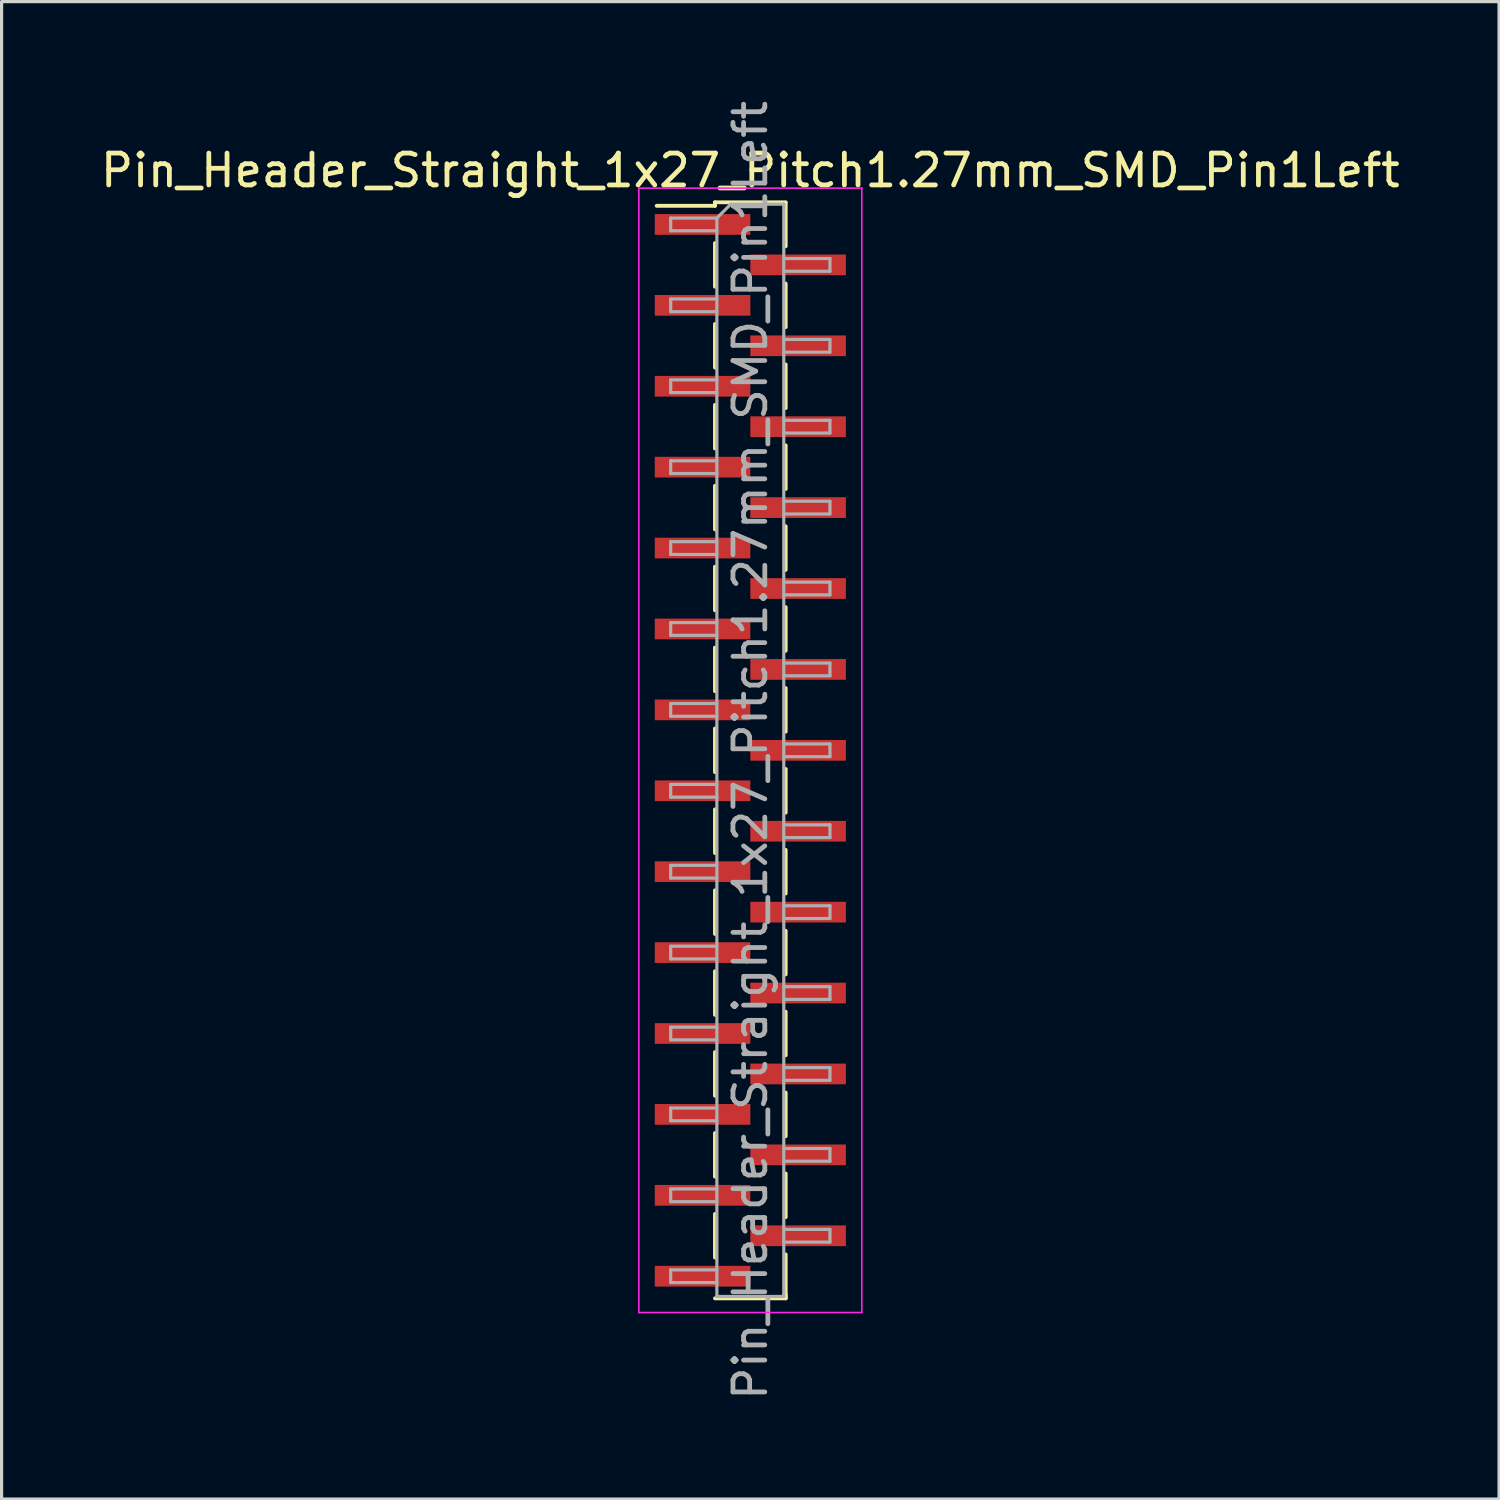
<source format=kicad_pcb>
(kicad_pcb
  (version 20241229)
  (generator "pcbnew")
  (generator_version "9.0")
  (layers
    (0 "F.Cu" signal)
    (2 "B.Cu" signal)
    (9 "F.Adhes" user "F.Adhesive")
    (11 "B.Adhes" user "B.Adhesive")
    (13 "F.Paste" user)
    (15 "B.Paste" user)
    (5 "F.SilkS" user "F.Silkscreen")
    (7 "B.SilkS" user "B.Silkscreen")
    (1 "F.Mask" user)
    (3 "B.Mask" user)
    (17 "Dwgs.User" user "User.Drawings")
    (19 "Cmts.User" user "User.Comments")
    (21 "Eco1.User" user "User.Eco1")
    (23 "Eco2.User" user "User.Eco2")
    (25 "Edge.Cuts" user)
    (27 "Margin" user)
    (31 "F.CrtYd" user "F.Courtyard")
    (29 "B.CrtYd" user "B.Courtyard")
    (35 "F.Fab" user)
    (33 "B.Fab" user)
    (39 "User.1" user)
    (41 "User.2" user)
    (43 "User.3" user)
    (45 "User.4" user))
  (footprint "Pin_Header_Straight_1x27_Pitch1.27mm_SMD_Pin1Left"
    (layer "F.Cu")
    (at 20.506 20.506)
    (property "Reference" "Pin_Header_Straight_1x27_Pitch1.27mm_SMD_Pin1Left" (at 0 -18.205 0) (layer "F.SilkS") (effects (font (size 1 1) (thickness 0.15))))
    (attr smd)
    (fp_line (start -1.11 -17.205) (end -1.11 -17.095) (stroke (width 0.12) (type solid)) (layer "F.SilkS"))
    (fp_line (start -1.11 -17.205) (end 1.11 -17.205) (stroke (width 0.12) (type solid)) (layer "F.SilkS"))
    (fp_line (start -1.11 -17.095) (end -2.94 -17.095) (stroke (width 0.12) (type solid)) (layer "F.SilkS"))
    (fp_line (start -1.11 -15.925) (end -1.11 -14.555) (stroke (width 0.12) (type solid)) (layer "F.SilkS"))
    (fp_line (start -1.11 -13.385) (end -1.11 -12.015) (stroke (width 0.12) (type solid)) (layer "F.SilkS"))
    (fp_line (start -1.11 -10.845) (end -1.11 -9.475) (stroke (width 0.12) (type solid)) (layer "F.SilkS"))
    (fp_line (start -1.11 -8.305) (end -1.11 -6.935) (stroke (width 0.12) (type solid)) (layer "F.SilkS"))
    (fp_line (start -1.11 -5.765) (end -1.11 -4.395) (stroke (width 0.12) (type solid)) (layer "F.SilkS"))
    (fp_line (start -1.11 -3.225) (end -1.11 -1.855) (stroke (width 0.12) (type solid)) (layer "F.SilkS"))
    (fp_line (start -1.11 -0.685) (end -1.11 0.685) (stroke (width 0.12) (type solid)) (layer "F.SilkS"))
    (fp_line (start -1.11 1.855) (end -1.11 3.225) (stroke (width 0.12) (type solid)) (layer "F.SilkS"))
    (fp_line (start -1.11 4.395) (end -1.11 5.765) (stroke (width 0.12) (type solid)) (layer "F.SilkS"))
    (fp_line (start -1.11 6.935) (end -1.11 8.305) (stroke (width 0.12) (type solid)) (layer "F.SilkS"))
    (fp_line (start -1.11 9.475) (end -1.11 10.845) (stroke (width 0.12) (type solid)) (layer "F.SilkS"))
    (fp_line (start -1.11 12.015) (end -1.11 13.385) (stroke (width 0.12) (type solid)) (layer "F.SilkS"))
    (fp_line (start -1.11 14.555) (end -1.11 15.925) (stroke (width 0.12) (type solid)) (layer "F.SilkS"))
    (fp_line (start -1.11 17.205) (end 1.11 17.205) (stroke (width 0.12) (type solid)) (layer "F.SilkS"))
    (fp_line (start 1.11 -17.195) (end 1.11 -15.825) (stroke (width 0.12) (type solid)) (layer "F.SilkS"))
    (fp_line (start 1.11 -14.655) (end 1.11 -13.285) (stroke (width 0.12) (type solid)) (layer "F.SilkS"))
    (fp_line (start 1.11 -12.115) (end 1.11 -10.745) (stroke (width 0.12) (type solid)) (layer "F.SilkS"))
    (fp_line (start 1.11 -9.575) (end 1.11 -8.205) (stroke (width 0.12) (type solid)) (layer "F.SilkS"))
    (fp_line (start 1.11 -7.035) (end 1.11 -5.665) (stroke (width 0.12) (type solid)) (layer "F.SilkS"))
    (fp_line (start 1.11 -4.495) (end 1.11 -3.125) (stroke (width 0.12) (type solid)) (layer "F.SilkS"))
    (fp_line (start 1.11 -1.955) (end 1.11 -0.585) (stroke (width 0.12) (type solid)) (layer "F.SilkS"))
    (fp_line (start 1.11 0.585) (end 1.11 1.955) (stroke (width 0.12) (type solid)) (layer "F.SilkS"))
    (fp_line (start 1.11 3.125) (end 1.11 4.495) (stroke (width 0.12) (type solid)) (layer "F.SilkS"))
    (fp_line (start 1.11 5.665) (end 1.11 7.035) (stroke (width 0.12) (type solid)) (layer "F.SilkS"))
    (fp_line (start 1.11 8.205) (end 1.11 9.575) (stroke (width 0.12) (type solid)) (layer "F.SilkS"))
    (fp_line (start 1.11 10.745) (end 1.11 12.115) (stroke (width 0.12) (type solid)) (layer "F.SilkS"))
    (fp_line (start 1.11 13.285) (end 1.11 14.655) (stroke (width 0.12) (type solid)) (layer "F.SilkS"))
    (fp_line (start 1.11 15.825) (end 1.11 17.195) (stroke (width 0.12) (type solid)) (layer "F.SilkS"))
    (fp_line (start 1.11 17.095) (end 1.11 17.205) (stroke (width 0.12) (type solid)) (layer "F.SilkS"))
    (fp_line (start -3.5 -17.65) (end -3.5 17.65) (stroke (width 0.05) (type solid)) (layer "F.CrtYd"))
    (fp_line (start -3.5 17.65) (end 3.5 17.65) (stroke (width 0.05) (type solid)) (layer "F.CrtYd"))
    (fp_line (start 3.5 -17.65) (end -3.5 -17.65) (stroke (width 0.05) (type solid)) (layer "F.CrtYd"))
    (fp_line (start 3.5 17.65) (end 3.5 -17.65) (stroke (width 0.05) (type solid)) (layer "F.CrtYd"))
    (fp_line (start -2.5 -16.71) (end -2.5 -16.31) (stroke (width 0.1) (type solid)) (layer "F.Fab"))
    (fp_line (start -2.5 -16.31) (end -1.05 -16.31) (stroke (width 0.1) (type solid)) (layer "F.Fab"))
    (fp_line (start -2.5 -14.17) (end -2.5 -13.77) (stroke (width 0.1) (type solid)) (layer "F.Fab"))
    (fp_line (start -2.5 -13.77) (end -1.05 -13.77) (stroke (width 0.1) (type solid)) (layer "F.Fab"))
    (fp_line (start -2.5 -11.63) (end -2.5 -11.23) (stroke (width 0.1) (type solid)) (layer "F.Fab"))
    (fp_line (start -2.5 -11.23) (end -1.05 -11.23) (stroke (width 0.1) (type solid)) (layer "F.Fab"))
    (fp_line (start -2.5 -9.09) (end -2.5 -8.69) (stroke (width 0.1) (type solid)) (layer "F.Fab"))
    (fp_line (start -2.5 -8.69) (end -1.05 -8.69) (stroke (width 0.1) (type solid)) (layer "F.Fab"))
    (fp_line (start -2.5 -6.55) (end -2.5 -6.15) (stroke (width 0.1) (type solid)) (layer "F.Fab"))
    (fp_line (start -2.5 -6.15) (end -1.05 -6.15) (stroke (width 0.1) (type solid)) (layer "F.Fab"))
    (fp_line (start -2.5 -4.01) (end -2.5 -3.61) (stroke (width 0.1) (type solid)) (layer "F.Fab"))
    (fp_line (start -2.5 -3.61) (end -1.05 -3.61) (stroke (width 0.1) (type solid)) (layer "F.Fab"))
    (fp_line (start -2.5 -1.47) (end -2.5 -1.07) (stroke (width 0.1) (type solid)) (layer "F.Fab"))
    (fp_line (start -2.5 -1.07) (end -1.05 -1.07) (stroke (width 0.1) (type solid)) (layer "F.Fab"))
    (fp_line (start -2.5 1.07) (end -2.5 1.47) (stroke (width 0.1) (type solid)) (layer "F.Fab"))
    (fp_line (start -2.5 1.47) (end -1.05 1.47) (stroke (width 0.1) (type solid)) (layer "F.Fab"))
    (fp_line (start -2.5 3.61) (end -2.5 4.01) (stroke (width 0.1) (type solid)) (layer "F.Fab"))
    (fp_line (start -2.5 4.01) (end -1.05 4.01) (stroke (width 0.1) (type solid)) (layer "F.Fab"))
    (fp_line (start -2.5 6.15) (end -2.5 6.55) (stroke (width 0.1) (type solid)) (layer "F.Fab"))
    (fp_line (start -2.5 6.55) (end -1.05 6.55) (stroke (width 0.1) (type solid)) (layer "F.Fab"))
    (fp_line (start -2.5 8.69) (end -2.5 9.09) (stroke (width 0.1) (type solid)) (layer "F.Fab"))
    (fp_line (start -2.5 9.09) (end -1.05 9.09) (stroke (width 0.1) (type solid)) (layer "F.Fab"))
    (fp_line (start -2.5 11.23) (end -2.5 11.63) (stroke (width 0.1) (type solid)) (layer "F.Fab"))
    (fp_line (start -2.5 11.63) (end -1.05 11.63) (stroke (width 0.1) (type solid)) (layer "F.Fab"))
    (fp_line (start -2.5 13.77) (end -2.5 14.17) (stroke (width 0.1) (type solid)) (layer "F.Fab"))
    (fp_line (start -2.5 14.17) (end -1.05 14.17) (stroke (width 0.1) (type solid)) (layer "F.Fab"))
    (fp_line (start -2.5 16.31) (end -2.5 16.71) (stroke (width 0.1) (type solid)) (layer "F.Fab"))
    (fp_line (start -2.5 16.71) (end -1.05 16.71) (stroke (width 0.1) (type solid)) (layer "F.Fab"))
    (fp_line (start -1.05 -16.71) (end -2.5 -16.71) (stroke (width 0.1) (type solid)) (layer "F.Fab"))
    (fp_line (start -1.05 -16.71) (end -0.615 -17.145) (stroke (width 0.1) (type solid)) (layer "F.Fab"))
    (fp_line (start -1.05 -14.17) (end -2.5 -14.17) (stroke (width 0.1) (type solid)) (layer "F.Fab"))
    (fp_line (start -1.05 -11.63) (end -2.5 -11.63) (stroke (width 0.1) (type solid)) (layer "F.Fab"))
    (fp_line (start -1.05 -9.09) (end -2.5 -9.09) (stroke (width 0.1) (type solid)) (layer "F.Fab"))
    (fp_line (start -1.05 -6.55) (end -2.5 -6.55) (stroke (width 0.1) (type solid)) (layer "F.Fab"))
    (fp_line (start -1.05 -4.01) (end -2.5 -4.01) (stroke (width 0.1) (type solid)) (layer "F.Fab"))
    (fp_line (start -1.05 -1.47) (end -2.5 -1.47) (stroke (width 0.1) (type solid)) (layer "F.Fab"))
    (fp_line (start -1.05 1.07) (end -2.5 1.07) (stroke (width 0.1) (type solid)) (layer "F.Fab"))
    (fp_line (start -1.05 3.61) (end -2.5 3.61) (stroke (width 0.1) (type solid)) (layer "F.Fab"))
    (fp_line (start -1.05 6.15) (end -2.5 6.15) (stroke (width 0.1) (type solid)) (layer "F.Fab"))
    (fp_line (start -1.05 8.69) (end -2.5 8.69) (stroke (width 0.1) (type solid)) (layer "F.Fab"))
    (fp_line (start -1.05 11.23) (end -2.5 11.23) (stroke (width 0.1) (type solid)) (layer "F.Fab"))
    (fp_line (start -1.05 13.77) (end -2.5 13.77) (stroke (width 0.1) (type solid)) (layer "F.Fab"))
    (fp_line (start -1.05 16.31) (end -2.5 16.31) (stroke (width 0.1) (type solid)) (layer "F.Fab"))
    (fp_line (start -1.05 17.145) (end -1.05 -16.71) (stroke (width 0.1) (type solid)) (layer "F.Fab"))
    (fp_line (start -0.615 -17.145) (end 1.05 -17.145) (stroke (width 0.1) (type solid)) (layer "F.Fab"))
    (fp_line (start 1.05 -17.145) (end 1.05 17.145) (stroke (width 0.1) (type solid)) (layer "F.Fab"))
    (fp_line (start 1.05 -15.44) (end 2.5 -15.44) (stroke (width 0.1) (type solid)) (layer "F.Fab"))
    (fp_line (start 1.05 -12.9) (end 2.5 -12.9) (stroke (width 0.1) (type solid)) (layer "F.Fab"))
    (fp_line (start 1.05 -10.36) (end 2.5 -10.36) (stroke (width 0.1) (type solid)) (layer "F.Fab"))
    (fp_line (start 1.05 -7.82) (end 2.5 -7.82) (stroke (width 0.1) (type solid)) (layer "F.Fab"))
    (fp_line (start 1.05 -5.28) (end 2.5 -5.28) (stroke (width 0.1) (type solid)) (layer "F.Fab"))
    (fp_line (start 1.05 -2.74) (end 2.5 -2.74) (stroke (width 0.1) (type solid)) (layer "F.Fab"))
    (fp_line (start 1.05 -0.2) (end 2.5 -0.2) (stroke (width 0.1) (type solid)) (layer "F.Fab"))
    (fp_line (start 1.05 2.34) (end 2.5 2.34) (stroke (width 0.1) (type solid)) (layer "F.Fab"))
    (fp_line (start 1.05 4.88) (end 2.5 4.88) (stroke (width 0.1) (type solid)) (layer "F.Fab"))
    (fp_line (start 1.05 7.42) (end 2.5 7.42) (stroke (width 0.1) (type solid)) (layer "F.Fab"))
    (fp_line (start 1.05 9.96) (end 2.5 9.96) (stroke (width 0.1) (type solid)) (layer "F.Fab"))
    (fp_line (start 1.05 12.5) (end 2.5 12.5) (stroke (width 0.1) (type solid)) (layer "F.Fab"))
    (fp_line (start 1.05 15.04) (end 2.5 15.04) (stroke (width 0.1) (type solid)) (layer "F.Fab"))
    (fp_line (start 1.05 17.145) (end -1.05 17.145) (stroke (width 0.1) (type solid)) (layer "F.Fab"))
    (fp_line (start 2.5 -15.44) (end 2.5 -15.04) (stroke (width 0.1) (type solid)) (layer "F.Fab"))
    (fp_line (start 2.5 -15.04) (end 1.05 -15.04) (stroke (width 0.1) (type solid)) (layer "F.Fab"))
    (fp_line (start 2.5 -12.9) (end 2.5 -12.5) (stroke (width 0.1) (type solid)) (layer "F.Fab"))
    (fp_line (start 2.5 -12.5) (end 1.05 -12.5) (stroke (width 0.1) (type solid)) (layer "F.Fab"))
    (fp_line (start 2.5 -10.36) (end 2.5 -9.96) (stroke (width 0.1) (type solid)) (layer "F.Fab"))
    (fp_line (start 2.5 -9.96) (end 1.05 -9.96) (stroke (width 0.1) (type solid)) (layer "F.Fab"))
    (fp_line (start 2.5 -7.82) (end 2.5 -7.42) (stroke (width 0.1) (type solid)) (layer "F.Fab"))
    (fp_line (start 2.5 -7.42) (end 1.05 -7.42) (stroke (width 0.1) (type solid)) (layer "F.Fab"))
    (fp_line (start 2.5 -5.28) (end 2.5 -4.88) (stroke (width 0.1) (type solid)) (layer "F.Fab"))
    (fp_line (start 2.5 -4.88) (end 1.05 -4.88) (stroke (width 0.1) (type solid)) (layer "F.Fab"))
    (fp_line (start 2.5 -2.74) (end 2.5 -2.34) (stroke (width 0.1) (type solid)) (layer "F.Fab"))
    (fp_line (start 2.5 -2.34) (end 1.05 -2.34) (stroke (width 0.1) (type solid)) (layer "F.Fab"))
    (fp_line (start 2.5 -0.2) (end 2.5 0.2) (stroke (width 0.1) (type solid)) (layer "F.Fab"))
    (fp_line (start 2.5 0.2) (end 1.05 0.2) (stroke (width 0.1) (type solid)) (layer "F.Fab"))
    (fp_line (start 2.5 2.34) (end 2.5 2.74) (stroke (width 0.1) (type solid)) (layer "F.Fab"))
    (fp_line (start 2.5 2.74) (end 1.05 2.74) (stroke (width 0.1) (type solid)) (layer "F.Fab"))
    (fp_line (start 2.5 4.88) (end 2.5 5.28) (stroke (width 0.1) (type solid)) (layer "F.Fab"))
    (fp_line (start 2.5 5.28) (end 1.05 5.28) (stroke (width 0.1) (type solid)) (layer "F.Fab"))
    (fp_line (start 2.5 7.42) (end 2.5 7.82) (stroke (width 0.1) (type solid)) (layer "F.Fab"))
    (fp_line (start 2.5 7.82) (end 1.05 7.82) (stroke (width 0.1) (type solid)) (layer "F.Fab"))
    (fp_line (start 2.5 9.96) (end 2.5 10.36) (stroke (width 0.1) (type solid)) (layer "F.Fab"))
    (fp_line (start 2.5 10.36) (end 1.05 10.36) (stroke (width 0.1) (type solid)) (layer "F.Fab"))
    (fp_line (start 2.5 12.5) (end 2.5 12.9) (stroke (width 0.1) (type solid)) (layer "F.Fab"))
    (fp_line (start 2.5 12.9) (end 1.05 12.9) (stroke (width 0.1) (type solid)) (layer "F.Fab"))
    (fp_line (start 2.5 15.04) (end 2.5 15.44) (stroke (width 0.1) (type solid)) (layer "F.Fab"))
    (fp_line (start 2.5 15.44) (end 1.05 15.44) (stroke (width 0.1) (type solid)) (layer "F.Fab"))
    (fp_text user "${REFERENCE}" (at 0 0 90) (layer "F.Fab") (effects (font (size 1 1) (thickness 0.15))))
    (pad "1" smd rect (at -1.5 -16.51) (size 3 0.65) (layers "F.Cu" "F.Mask" "F.Paste"))
    (pad "2" smd rect (at 1.5 -15.24) (size 3 0.65) (layers "F.Cu" "F.Mask" "F.Paste"))
    (pad "3" smd rect (at -1.5 -13.97) (size 3 0.65) (layers "F.Cu" "F.Mask" "F.Paste"))
    (pad "4" smd rect (at 1.5 -12.7) (size 3 0.65) (layers "F.Cu" "F.Mask" "F.Paste"))
    (pad "5" smd rect (at -1.5 -11.43) (size 3 0.65) (layers "F.Cu" "F.Mask" "F.Paste"))
    (pad "6" smd rect (at 1.5 -10.16) (size 3 0.65) (layers "F.Cu" "F.Mask" "F.Paste"))
    (pad "7" smd rect (at -1.5 -8.89) (size 3 0.65) (layers "F.Cu" "F.Mask" "F.Paste"))
    (pad "8" smd rect (at 1.5 -7.62) (size 3 0.65) (layers "F.Cu" "F.Mask" "F.Paste"))
    (pad "9" smd rect (at -1.5 -6.35) (size 3 0.65) (layers "F.Cu" "F.Mask" "F.Paste"))
    (pad "10" smd rect (at 1.5 -5.08) (size 3 0.65) (layers "F.Cu" "F.Mask" "F.Paste"))
    (pad "11" smd rect (at -1.5 -3.81) (size 3 0.65) (layers "F.Cu" "F.Mask" "F.Paste"))
    (pad "12" smd rect (at 1.5 -2.54) (size 3 0.65) (layers "F.Cu" "F.Mask" "F.Paste"))
    (pad "13" smd rect (at -1.5 -1.27) (size 3 0.65) (layers "F.Cu" "F.Mask" "F.Paste"))
    (pad "14" smd rect (at 1.5 0) (size 3 0.65) (layers "F.Cu" "F.Mask" "F.Paste"))
    (pad "15" smd rect (at -1.5 1.27) (size 3 0.65) (layers "F.Cu" "F.Mask" "F.Paste"))
    (pad "16" smd rect (at 1.5 2.54) (size 3 0.65) (layers "F.Cu" "F.Mask" "F.Paste"))
    (pad "17" smd rect (at -1.5 3.81) (size 3 0.65) (layers "F.Cu" "F.Mask" "F.Paste"))
    (pad "18" smd rect (at 1.5 5.08) (size 3 0.65) (layers "F.Cu" "F.Mask" "F.Paste"))
    (pad "19" smd rect (at -1.5 6.35) (size 3 0.65) (layers "F.Cu" "F.Mask" "F.Paste"))
    (pad "20" smd rect (at 1.5 7.62) (size 3 0.65) (layers "F.Cu" "F.Mask" "F.Paste"))
    (pad "21" smd rect (at -1.5 8.89) (size 3 0.65) (layers "F.Cu" "F.Mask" "F.Paste"))
    (pad "22" smd rect (at 1.5 10.16) (size 3 0.65) (layers "F.Cu" "F.Mask" "F.Paste"))
    (pad "23" smd rect (at -1.5 11.43) (size 3 0.65) (layers "F.Cu" "F.Mask" "F.Paste"))
    (pad "24" smd rect (at 1.5 12.7) (size 3 0.65) (layers "F.Cu" "F.Mask" "F.Paste"))
    (pad "25" smd rect (at -1.5 13.97) (size 3 0.65) (layers "F.Cu" "F.Mask" "F.Paste"))
    (pad "26" smd rect (at 1.5 15.24) (size 3 0.65) (layers "F.Cu" "F.Mask" "F.Paste"))
    (pad "27" smd rect (at -1.5 16.51) (size 3 0.65) (layers "F.Cu" "F.Mask" "F.Paste")))
  (gr_rect
    (start -3 -3)
    (end 44.012 44.012)
    (stroke (width 0.1) (type default))
    (fill no)
    (layer "Edge.Cuts")))
</source>
